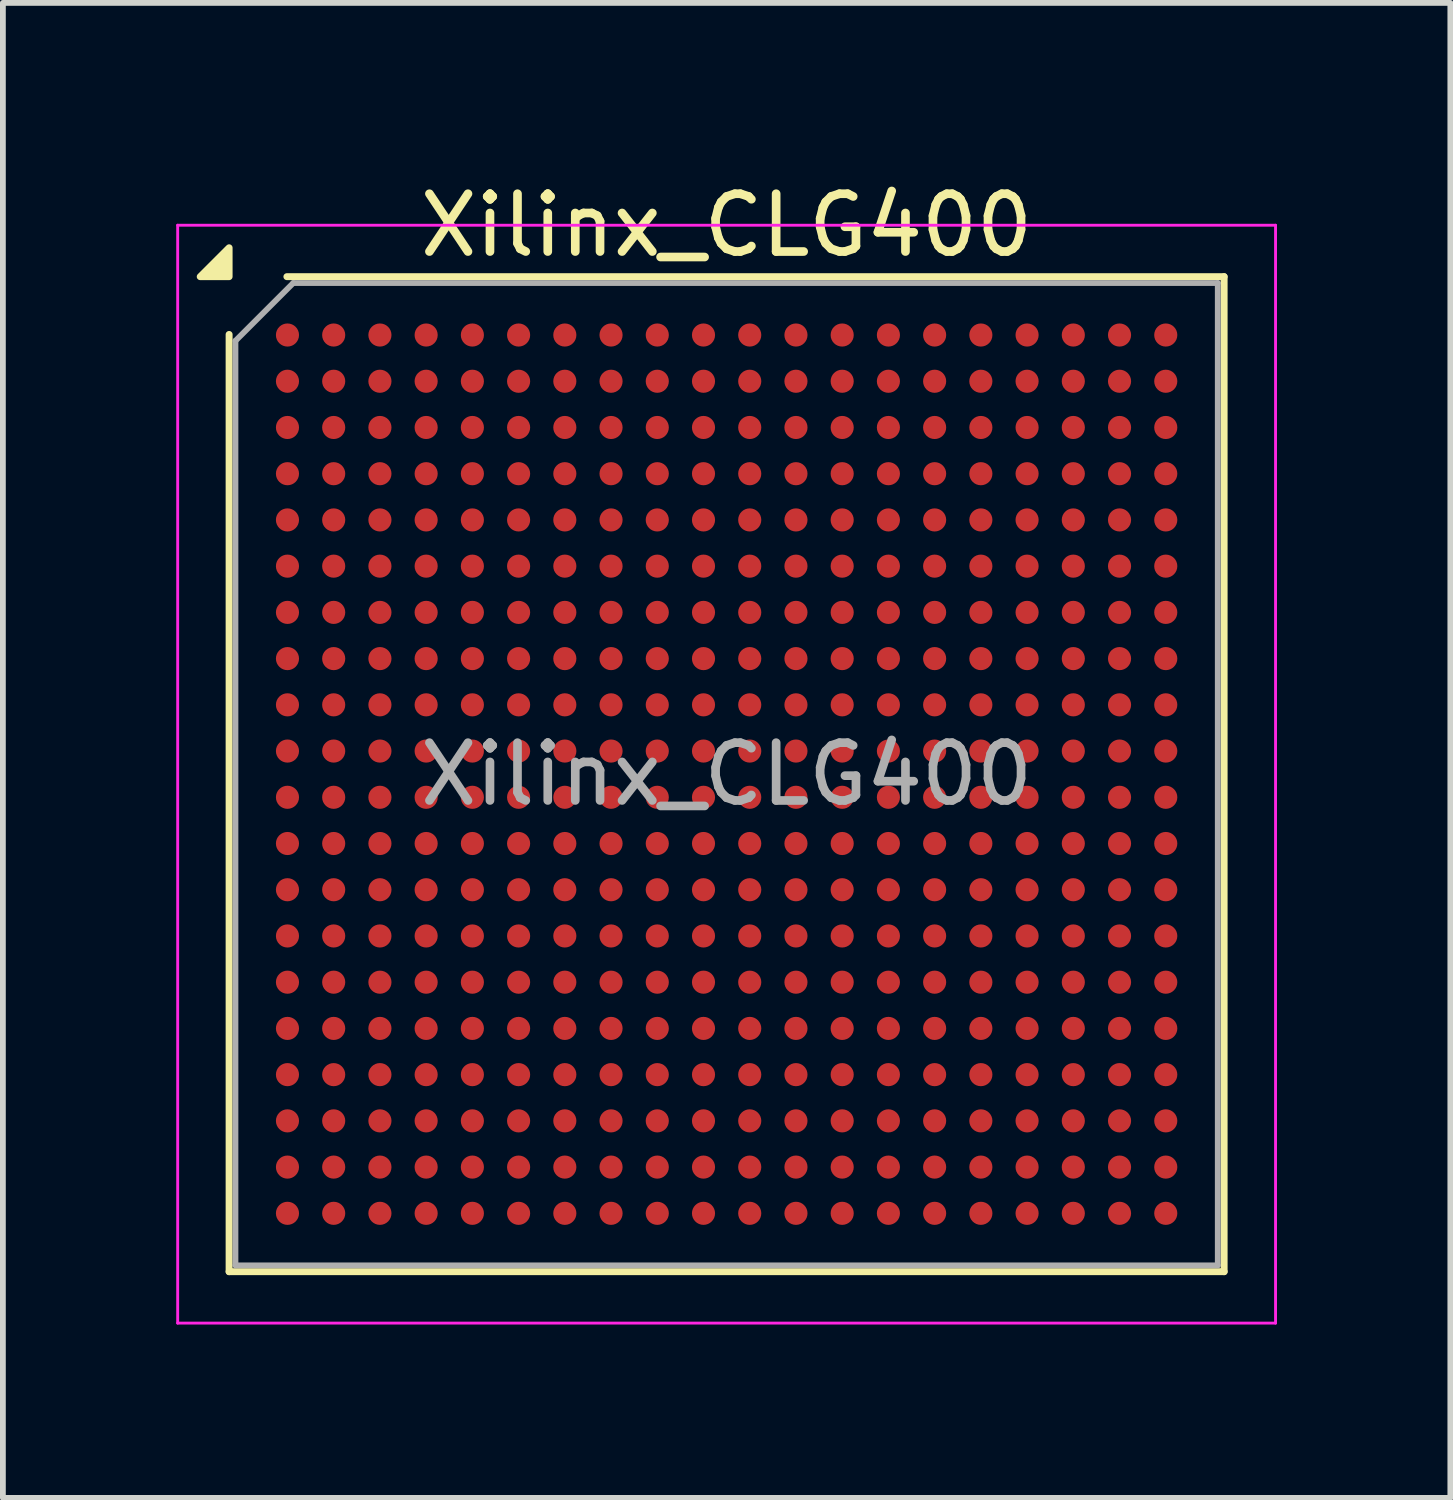
<source format=kicad_pcb>
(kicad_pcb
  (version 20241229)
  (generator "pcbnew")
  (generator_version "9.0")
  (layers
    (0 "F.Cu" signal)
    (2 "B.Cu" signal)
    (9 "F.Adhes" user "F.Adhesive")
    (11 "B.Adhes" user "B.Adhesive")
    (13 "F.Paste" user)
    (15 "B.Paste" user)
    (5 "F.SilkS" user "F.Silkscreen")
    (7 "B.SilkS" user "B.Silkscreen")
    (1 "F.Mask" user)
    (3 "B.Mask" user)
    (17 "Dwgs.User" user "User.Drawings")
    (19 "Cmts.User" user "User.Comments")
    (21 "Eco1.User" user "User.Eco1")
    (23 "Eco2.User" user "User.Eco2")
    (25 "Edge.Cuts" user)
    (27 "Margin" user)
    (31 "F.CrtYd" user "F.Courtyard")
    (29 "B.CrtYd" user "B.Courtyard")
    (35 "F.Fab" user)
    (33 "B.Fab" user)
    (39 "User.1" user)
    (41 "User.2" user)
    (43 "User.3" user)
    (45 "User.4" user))
  (footprint "Xilinx_CLG400"
    (layer "F.Cu")
    (at 9.525 10.348)
    (property "Reference" "Xilinx_CLG400" (at 0 -9.5 0) (layer "F.SilkS") (effects (font (size 1 1) (thickness 0.15))))
    (attr smd)
    (fp_line (start -8.61 8.61) (end -8.61 -7.61) (stroke (width 0.12) (type solid)) (layer "F.SilkS"))
    (fp_line (start -7.61 -8.61) (end 8.61 -8.61) (stroke (width 0.12) (type solid)) (layer "F.SilkS"))
    (fp_line (start 8.61 -8.61) (end 8.61 8.61) (stroke (width 0.12) (type solid)) (layer "F.SilkS"))
    (fp_line (start 8.61 8.61) (end -8.61 8.61) (stroke (width 0.12) (type solid)) (layer "F.SilkS"))
    (fp_poly (pts (xy -8.61 -8.61) (xy -9.11 -8.61) (xy -8.61 -9.11) (xy -8.61 -8.61)) (stroke (width 0.12) (type solid)) (fill yes) (layer "F.SilkS"))
    (fp_line (start -9.5 -9.5) (end -9.5 9.5) (stroke (width 0.05) (type solid)) (layer "F.CrtYd"))
    (fp_line (start -9.5 9.5) (end 9.5 9.5) (stroke (width 0.05) (type solid)) (layer "F.CrtYd"))
    (fp_line (start 9.5 -9.5) (end -9.5 -9.5) (stroke (width 0.05) (type solid)) (layer "F.CrtYd"))
    (fp_line (start 9.5 9.5) (end 9.5 -9.5) (stroke (width 0.05) (type solid)) (layer "F.CrtYd"))
    (fp_line (start -8.5 -7.5) (end -7.5 -8.5) (stroke (width 0.1) (type solid)) (layer "F.Fab"))
    (fp_line (start -8.5 8.5) (end -8.5 -7.5) (stroke (width 0.1) (type solid)) (layer "F.Fab"))
    (fp_line (start -7.5 -8.5) (end 8.5 -8.5) (stroke (width 0.1) (type solid)) (layer "F.Fab"))
    (fp_line (start 8.5 -8.5) (end 8.5 8.5) (stroke (width 0.1) (type solid)) (layer "F.Fab"))
    (fp_line (start 8.5 8.5) (end -8.5 8.5) (stroke (width 0.1) (type solid)) (layer "F.Fab"))
    (fp_text user "${REFERENCE}" (at 0 0 0) (layer "F.Fab") (effects (font (size 1 1) (thickness 0.15))))
    (pad "A1" smd circle (at -7.6 -7.6) (size 0.4 0.4) (property pad_prop_bga) (layers "F.Cu" "F.Mask" "F.Paste"))
    (pad "A2" smd circle (at -6.8 -7.6) (size 0.4 0.4) (property pad_prop_bga) (layers "F.Cu" "F.Mask" "F.Paste"))
    (pad "A3" smd circle (at -6 -7.6) (size 0.4 0.4) (property pad_prop_bga) (layers "F.Cu" "F.Mask" "F.Paste"))
    (pad "A4" smd circle (at -5.2 -7.6) (size 0.4 0.4) (property pad_prop_bga) (layers "F.Cu" "F.Mask" "F.Paste"))
    (pad "A5" smd circle (at -4.4 -7.6) (size 0.4 0.4) (property pad_prop_bga) (layers "F.Cu" "F.Mask" "F.Paste"))
    (pad "A6" smd circle (at -3.6 -7.6) (size 0.4 0.4) (property pad_prop_bga) (layers "F.Cu" "F.Mask" "F.Paste"))
    (pad "A7" smd circle (at -2.8 -7.6) (size 0.4 0.4) (property pad_prop_bga) (layers "F.Cu" "F.Mask" "F.Paste"))
    (pad "A8" smd circle (at -2 -7.6) (size 0.4 0.4) (property pad_prop_bga) (layers "F.Cu" "F.Mask" "F.Paste"))
    (pad "A9" smd circle (at -1.2 -7.6) (size 0.4 0.4) (property pad_prop_bga) (layers "F.Cu" "F.Mask" "F.Paste"))
    (pad "A10" smd circle (at -0.4 -7.6) (size 0.4 0.4) (property pad_prop_bga) (layers "F.Cu" "F.Mask" "F.Paste"))
    (pad "A11" smd circle (at 0.4 -7.6) (size 0.4 0.4) (property pad_prop_bga) (layers "F.Cu" "F.Mask" "F.Paste"))
    (pad "A12" smd circle (at 1.2 -7.6) (size 0.4 0.4) (property pad_prop_bga) (layers "F.Cu" "F.Mask" "F.Paste"))
    (pad "A13" smd circle (at 2 -7.6) (size 0.4 0.4) (property pad_prop_bga) (layers "F.Cu" "F.Mask" "F.Paste"))
    (pad "A14" smd circle (at 2.8 -7.6) (size 0.4 0.4) (property pad_prop_bga) (layers "F.Cu" "F.Mask" "F.Paste"))
    (pad "A15" smd circle (at 3.6 -7.6) (size 0.4 0.4) (property pad_prop_bga) (layers "F.Cu" "F.Mask" "F.Paste"))
    (pad "A16" smd circle (at 4.4 -7.6) (size 0.4 0.4) (property pad_prop_bga) (layers "F.Cu" "F.Mask" "F.Paste"))
    (pad "A17" smd circle (at 5.2 -7.6) (size 0.4 0.4) (property pad_prop_bga) (layers "F.Cu" "F.Mask" "F.Paste"))
    (pad "A18" smd circle (at 6 -7.6) (size 0.4 0.4) (property pad_prop_bga) (layers "F.Cu" "F.Mask" "F.Paste"))
    (pad "A19" smd circle (at 6.8 -7.6) (size 0.4 0.4) (property pad_prop_bga) (layers "F.Cu" "F.Mask" "F.Paste"))
    (pad "A20" smd circle (at 7.6 -7.6) (size 0.4 0.4) (property pad_prop_bga) (layers "F.Cu" "F.Mask" "F.Paste"))
    (pad "B1" smd circle (at -7.6 -6.8) (size 0.4 0.4) (property pad_prop_bga) (layers "F.Cu" "F.Mask" "F.Paste"))
    (pad "B2" smd circle (at -6.8 -6.8) (size 0.4 0.4) (property pad_prop_bga) (layers "F.Cu" "F.Mask" "F.Paste"))
    (pad "B3" smd circle (at -6 -6.8) (size 0.4 0.4) (property pad_prop_bga) (layers "F.Cu" "F.Mask" "F.Paste"))
    (pad "B4" smd circle (at -5.2 -6.8) (size 0.4 0.4) (property pad_prop_bga) (layers "F.Cu" "F.Mask" "F.Paste"))
    (pad "B5" smd circle (at -4.4 -6.8) (size 0.4 0.4) (property pad_prop_bga) (layers "F.Cu" "F.Mask" "F.Paste"))
    (pad "B6" smd circle (at -3.6 -6.8) (size 0.4 0.4) (property pad_prop_bga) (layers "F.Cu" "F.Mask" "F.Paste"))
    (pad "B7" smd circle (at -2.8 -6.8) (size 0.4 0.4) (property pad_prop_bga) (layers "F.Cu" "F.Mask" "F.Paste"))
    (pad "B8" smd circle (at -2 -6.8) (size 0.4 0.4) (property pad_prop_bga) (layers "F.Cu" "F.Mask" "F.Paste"))
    (pad "B9" smd circle (at -1.2 -6.8) (size 0.4 0.4) (property pad_prop_bga) (layers "F.Cu" "F.Mask" "F.Paste"))
    (pad "B10" smd circle (at -0.4 -6.8) (size 0.4 0.4) (property pad_prop_bga) (layers "F.Cu" "F.Mask" "F.Paste"))
    (pad "B11" smd circle (at 0.4 -6.8) (size 0.4 0.4) (property pad_prop_bga) (layers "F.Cu" "F.Mask" "F.Paste"))
    (pad "B12" smd circle (at 1.2 -6.8) (size 0.4 0.4) (property pad_prop_bga) (layers "F.Cu" "F.Mask" "F.Paste"))
    (pad "B13" smd circle (at 2 -6.8) (size 0.4 0.4) (property pad_prop_bga) (layers "F.Cu" "F.Mask" "F.Paste"))
    (pad "B14" smd circle (at 2.8 -6.8) (size 0.4 0.4) (property pad_prop_bga) (layers "F.Cu" "F.Mask" "F.Paste"))
    (pad "B15" smd circle (at 3.6 -6.8) (size 0.4 0.4) (property pad_prop_bga) (layers "F.Cu" "F.Mask" "F.Paste"))
    (pad "B16" smd circle (at 4.4 -6.8) (size 0.4 0.4) (property pad_prop_bga) (layers "F.Cu" "F.Mask" "F.Paste"))
    (pad "B17" smd circle (at 5.2 -6.8) (size 0.4 0.4) (property pad_prop_bga) (layers "F.Cu" "F.Mask" "F.Paste"))
    (pad "B18" smd circle (at 6 -6.8) (size 0.4 0.4) (property pad_prop_bga) (layers "F.Cu" "F.Mask" "F.Paste"))
    (pad "B19" smd circle (at 6.8 -6.8) (size 0.4 0.4) (property pad_prop_bga) (layers "F.Cu" "F.Mask" "F.Paste"))
    (pad "B20" smd circle (at 7.6 -6.8) (size 0.4 0.4) (property pad_prop_bga) (layers "F.Cu" "F.Mask" "F.Paste"))
    (pad "C1" smd circle (at -7.6 -6) (size 0.4 0.4) (property pad_prop_bga) (layers "F.Cu" "F.Mask" "F.Paste"))
    (pad "C2" smd circle (at -6.8 -6) (size 0.4 0.4) (property pad_prop_bga) (layers "F.Cu" "F.Mask" "F.Paste"))
    (pad "C3" smd circle (at -6 -6) (size 0.4 0.4) (property pad_prop_bga) (layers "F.Cu" "F.Mask" "F.Paste"))
    (pad "C4" smd circle (at -5.2 -6) (size 0.4 0.4) (property pad_prop_bga) (layers "F.Cu" "F.Mask" "F.Paste"))
    (pad "C5" smd circle (at -4.4 -6) (size 0.4 0.4) (property pad_prop_bga) (layers "F.Cu" "F.Mask" "F.Paste"))
    (pad "C6" smd circle (at -3.6 -6) (size 0.4 0.4) (property pad_prop_bga) (layers "F.Cu" "F.Mask" "F.Paste"))
    (pad "C7" smd circle (at -2.8 -6) (size 0.4 0.4) (property pad_prop_bga) (layers "F.Cu" "F.Mask" "F.Paste"))
    (pad "C8" smd circle (at -2 -6) (size 0.4 0.4) (property pad_prop_bga) (layers "F.Cu" "F.Mask" "F.Paste"))
    (pad "C9" smd circle (at -1.2 -6) (size 0.4 0.4) (property pad_prop_bga) (layers "F.Cu" "F.Mask" "F.Paste"))
    (pad "C10" smd circle (at -0.4 -6) (size 0.4 0.4) (property pad_prop_bga) (layers "F.Cu" "F.Mask" "F.Paste"))
    (pad "C11" smd circle (at 0.4 -6) (size 0.4 0.4) (property pad_prop_bga) (layers "F.Cu" "F.Mask" "F.Paste"))
    (pad "C12" smd circle (at 1.2 -6) (size 0.4 0.4) (property pad_prop_bga) (layers "F.Cu" "F.Mask" "F.Paste"))
    (pad "C13" smd circle (at 2 -6) (size 0.4 0.4) (property pad_prop_bga) (layers "F.Cu" "F.Mask" "F.Paste"))
    (pad "C14" smd circle (at 2.8 -6) (size 0.4 0.4) (property pad_prop_bga) (layers "F.Cu" "F.Mask" "F.Paste"))
    (pad "C15" smd circle (at 3.6 -6) (size 0.4 0.4) (property pad_prop_bga) (layers "F.Cu" "F.Mask" "F.Paste"))
    (pad "C16" smd circle (at 4.4 -6) (size 0.4 0.4) (property pad_prop_bga) (layers "F.Cu" "F.Mask" "F.Paste"))
    (pad "C17" smd circle (at 5.2 -6) (size 0.4 0.4) (property pad_prop_bga) (layers "F.Cu" "F.Mask" "F.Paste"))
    (pad "C18" smd circle (at 6 -6) (size 0.4 0.4) (property pad_prop_bga) (layers "F.Cu" "F.Mask" "F.Paste"))
    (pad "C19" smd circle (at 6.8 -6) (size 0.4 0.4) (property pad_prop_bga) (layers "F.Cu" "F.Mask" "F.Paste"))
    (pad "C20" smd circle (at 7.6 -6) (size 0.4 0.4) (property pad_prop_bga) (layers "F.Cu" "F.Mask" "F.Paste"))
    (pad "D1" smd circle (at -7.6 -5.2) (size 0.4 0.4) (property pad_prop_bga) (layers "F.Cu" "F.Mask" "F.Paste"))
    (pad "D2" smd circle (at -6.8 -5.2) (size 0.4 0.4) (property pad_prop_bga) (layers "F.Cu" "F.Mask" "F.Paste"))
    (pad "D3" smd circle (at -6 -5.2) (size 0.4 0.4) (property pad_prop_bga) (layers "F.Cu" "F.Mask" "F.Paste"))
    (pad "D4" smd circle (at -5.2 -5.2) (size 0.4 0.4) (property pad_prop_bga) (layers "F.Cu" "F.Mask" "F.Paste"))
    (pad "D5" smd circle (at -4.4 -5.2) (size 0.4 0.4) (property pad_prop_bga) (layers "F.Cu" "F.Mask" "F.Paste"))
    (pad "D6" smd circle (at -3.6 -5.2) (size 0.4 0.4) (property pad_prop_bga) (layers "F.Cu" "F.Mask" "F.Paste"))
    (pad "D7" smd circle (at -2.8 -5.2) (size 0.4 0.4) (property pad_prop_bga) (layers "F.Cu" "F.Mask" "F.Paste"))
    (pad "D8" smd circle (at -2 -5.2) (size 0.4 0.4) (property pad_prop_bga) (layers "F.Cu" "F.Mask" "F.Paste"))
    (pad "D9" smd circle (at -1.2 -5.2) (size 0.4 0.4) (property pad_prop_bga) (layers "F.Cu" "F.Mask" "F.Paste"))
    (pad "D10" smd circle (at -0.4 -5.2) (size 0.4 0.4) (property pad_prop_bga) (layers "F.Cu" "F.Mask" "F.Paste"))
    (pad "D11" smd circle (at 0.4 -5.2) (size 0.4 0.4) (property pad_prop_bga) (layers "F.Cu" "F.Mask" "F.Paste"))
    (pad "D12" smd circle (at 1.2 -5.2) (size 0.4 0.4) (property pad_prop_bga) (layers "F.Cu" "F.Mask" "F.Paste"))
    (pad "D13" smd circle (at 2 -5.2) (size 0.4 0.4) (property pad_prop_bga) (layers "F.Cu" "F.Mask" "F.Paste"))
    (pad "D14" smd circle (at 2.8 -5.2) (size 0.4 0.4) (property pad_prop_bga) (layers "F.Cu" "F.Mask" "F.Paste"))
    (pad "D15" smd circle (at 3.6 -5.2) (size 0.4 0.4) (property pad_prop_bga) (layers "F.Cu" "F.Mask" "F.Paste"))
    (pad "D16" smd circle (at 4.4 -5.2) (size 0.4 0.4) (property pad_prop_bga) (layers "F.Cu" "F.Mask" "F.Paste"))
    (pad "D17" smd circle (at 5.2 -5.2) (size 0.4 0.4) (property pad_prop_bga) (layers "F.Cu" "F.Mask" "F.Paste"))
    (pad "D18" smd circle (at 6 -5.2) (size 0.4 0.4) (property pad_prop_bga) (layers "F.Cu" "F.Mask" "F.Paste"))
    (pad "D19" smd circle (at 6.8 -5.2) (size 0.4 0.4) (property pad_prop_bga) (layers "F.Cu" "F.Mask" "F.Paste"))
    (pad "D20" smd circle (at 7.6 -5.2) (size 0.4 0.4) (property pad_prop_bga) (layers "F.Cu" "F.Mask" "F.Paste"))
    (pad "E1" smd circle (at -7.6 -4.4) (size 0.4 0.4) (property pad_prop_bga) (layers "F.Cu" "F.Mask" "F.Paste"))
    (pad "E2" smd circle (at -6.8 -4.4) (size 0.4 0.4) (property pad_prop_bga) (layers "F.Cu" "F.Mask" "F.Paste"))
    (pad "E3" smd circle (at -6 -4.4) (size 0.4 0.4) (property pad_prop_bga) (layers "F.Cu" "F.Mask" "F.Paste"))
    (pad "E4" smd circle (at -5.2 -4.4) (size 0.4 0.4) (property pad_prop_bga) (layers "F.Cu" "F.Mask" "F.Paste"))
    (pad "E5" smd circle (at -4.4 -4.4) (size 0.4 0.4) (property pad_prop_bga) (layers "F.Cu" "F.Mask" "F.Paste"))
    (pad "E6" smd circle (at -3.6 -4.4) (size 0.4 0.4) (property pad_prop_bga) (layers "F.Cu" "F.Mask" "F.Paste"))
    (pad "E7" smd circle (at -2.8 -4.4) (size 0.4 0.4) (property pad_prop_bga) (layers "F.Cu" "F.Mask" "F.Paste"))
    (pad "E8" smd circle (at -2 -4.4) (size 0.4 0.4) (property pad_prop_bga) (layers "F.Cu" "F.Mask" "F.Paste"))
    (pad "E9" smd circle (at -1.2 -4.4) (size 0.4 0.4) (property pad_prop_bga) (layers "F.Cu" "F.Mask" "F.Paste"))
    (pad "E10" smd circle (at -0.4 -4.4) (size 0.4 0.4) (property pad_prop_bga) (layers "F.Cu" "F.Mask" "F.Paste"))
    (pad "E11" smd circle (at 0.4 -4.4) (size 0.4 0.4) (property pad_prop_bga) (layers "F.Cu" "F.Mask" "F.Paste"))
    (pad "E12" smd circle (at 1.2 -4.4) (size 0.4 0.4) (property pad_prop_bga) (layers "F.Cu" "F.Mask" "F.Paste"))
    (pad "E13" smd circle (at 2 -4.4) (size 0.4 0.4) (property pad_prop_bga) (layers "F.Cu" "F.Mask" "F.Paste"))
    (pad "E14" smd circle (at 2.8 -4.4) (size 0.4 0.4) (property pad_prop_bga) (layers "F.Cu" "F.Mask" "F.Paste"))
    (pad "E15" smd circle (at 3.6 -4.4) (size 0.4 0.4) (property pad_prop_bga) (layers "F.Cu" "F.Mask" "F.Paste"))
    (pad "E16" smd circle (at 4.4 -4.4) (size 0.4 0.4) (property pad_prop_bga) (layers "F.Cu" "F.Mask" "F.Paste"))
    (pad "E17" smd circle (at 5.2 -4.4) (size 0.4 0.4) (property pad_prop_bga) (layers "F.Cu" "F.Mask" "F.Paste"))
    (pad "E18" smd circle (at 6 -4.4) (size 0.4 0.4) (property pad_prop_bga) (layers "F.Cu" "F.Mask" "F.Paste"))
    (pad "E19" smd circle (at 6.8 -4.4) (size 0.4 0.4) (property pad_prop_bga) (layers "F.Cu" "F.Mask" "F.Paste"))
    (pad "E20" smd circle (at 7.6 -4.4) (size 0.4 0.4) (property pad_prop_bga) (layers "F.Cu" "F.Mask" "F.Paste"))
    (pad "F1" smd circle (at -7.6 -3.6) (size 0.4 0.4) (property pad_prop_bga) (layers "F.Cu" "F.Mask" "F.Paste"))
    (pad "F2" smd circle (at -6.8 -3.6) (size 0.4 0.4) (property pad_prop_bga) (layers "F.Cu" "F.Mask" "F.Paste"))
    (pad "F3" smd circle (at -6 -3.6) (size 0.4 0.4) (property pad_prop_bga) (layers "F.Cu" "F.Mask" "F.Paste"))
    (pad "F4" smd circle (at -5.2 -3.6) (size 0.4 0.4) (property pad_prop_bga) (layers "F.Cu" "F.Mask" "F.Paste"))
    (pad "F5" smd circle (at -4.4 -3.6) (size 0.4 0.4) (property pad_prop_bga) (layers "F.Cu" "F.Mask" "F.Paste"))
    (pad "F6" smd circle (at -3.6 -3.6) (size 0.4 0.4) (property pad_prop_bga) (layers "F.Cu" "F.Mask" "F.Paste"))
    (pad "F7" smd circle (at -2.8 -3.6) (size 0.4 0.4) (property pad_prop_bga) (layers "F.Cu" "F.Mask" "F.Paste"))
    (pad "F8" smd circle (at -2 -3.6) (size 0.4 0.4) (property pad_prop_bga) (layers "F.Cu" "F.Mask" "F.Paste"))
    (pad "F9" smd circle (at -1.2 -3.6) (size 0.4 0.4) (property pad_prop_bga) (layers "F.Cu" "F.Mask" "F.Paste"))
    (pad "F10" smd circle (at -0.4 -3.6) (size 0.4 0.4) (property pad_prop_bga) (layers "F.Cu" "F.Mask" "F.Paste"))
    (pad "F11" smd circle (at 0.4 -3.6) (size 0.4 0.4) (property pad_prop_bga) (layers "F.Cu" "F.Mask" "F.Paste"))
    (pad "F12" smd circle (at 1.2 -3.6) (size 0.4 0.4) (property pad_prop_bga) (layers "F.Cu" "F.Mask" "F.Paste"))
    (pad "F13" smd circle (at 2 -3.6) (size 0.4 0.4) (property pad_prop_bga) (layers "F.Cu" "F.Mask" "F.Paste"))
    (pad "F14" smd circle (at 2.8 -3.6) (size 0.4 0.4) (property pad_prop_bga) (layers "F.Cu" "F.Mask" "F.Paste"))
    (pad "F15" smd circle (at 3.6 -3.6) (size 0.4 0.4) (property pad_prop_bga) (layers "F.Cu" "F.Mask" "F.Paste"))
    (pad "F16" smd circle (at 4.4 -3.6) (size 0.4 0.4) (property pad_prop_bga) (layers "F.Cu" "F.Mask" "F.Paste"))
    (pad "F17" smd circle (at 5.2 -3.6) (size 0.4 0.4) (property pad_prop_bga) (layers "F.Cu" "F.Mask" "F.Paste"))
    (pad "F18" smd circle (at 6 -3.6) (size 0.4 0.4) (property pad_prop_bga) (layers "F.Cu" "F.Mask" "F.Paste"))
    (pad "F19" smd circle (at 6.8 -3.6) (size 0.4 0.4) (property pad_prop_bga) (layers "F.Cu" "F.Mask" "F.Paste"))
    (pad "F20" smd circle (at 7.6 -3.6) (size 0.4 0.4) (property pad_prop_bga) (layers "F.Cu" "F.Mask" "F.Paste"))
    (pad "G1" smd circle (at -7.6 -2.8) (size 0.4 0.4) (property pad_prop_bga) (layers "F.Cu" "F.Mask" "F.Paste"))
    (pad "G2" smd circle (at -6.8 -2.8) (size 0.4 0.4) (property pad_prop_bga) (layers "F.Cu" "F.Mask" "F.Paste"))
    (pad "G3" smd circle (at -6 -2.8) (size 0.4 0.4) (property pad_prop_bga) (layers "F.Cu" "F.Mask" "F.Paste"))
    (pad "G4" smd circle (at -5.2 -2.8) (size 0.4 0.4) (property pad_prop_bga) (layers "F.Cu" "F.Mask" "F.Paste"))
    (pad "G5" smd circle (at -4.4 -2.8) (size 0.4 0.4) (property pad_prop_bga) (layers "F.Cu" "F.Mask" "F.Paste"))
    (pad "G6" smd circle (at -3.6 -2.8) (size 0.4 0.4) (property pad_prop_bga) (layers "F.Cu" "F.Mask" "F.Paste"))
    (pad "G7" smd circle (at -2.8 -2.8) (size 0.4 0.4) (property pad_prop_bga) (layers "F.Cu" "F.Mask" "F.Paste"))
    (pad "G8" smd circle (at -2 -2.8) (size 0.4 0.4) (property pad_prop_bga) (layers "F.Cu" "F.Mask" "F.Paste"))
    (pad "G9" smd circle (at -1.2 -2.8) (size 0.4 0.4) (property pad_prop_bga) (layers "F.Cu" "F.Mask" "F.Paste"))
    (pad "G10" smd circle (at -0.4 -2.8) (size 0.4 0.4) (property pad_prop_bga) (layers "F.Cu" "F.Mask" "F.Paste"))
    (pad "G11" smd circle (at 0.4 -2.8) (size 0.4 0.4) (property pad_prop_bga) (layers "F.Cu" "F.Mask" "F.Paste"))
    (pad "G12" smd circle (at 1.2 -2.8) (size 0.4 0.4) (property pad_prop_bga) (layers "F.Cu" "F.Mask" "F.Paste"))
    (pad "G13" smd circle (at 2 -2.8) (size 0.4 0.4) (property pad_prop_bga) (layers "F.Cu" "F.Mask" "F.Paste"))
    (pad "G14" smd circle (at 2.8 -2.8) (size 0.4 0.4) (property pad_prop_bga) (layers "F.Cu" "F.Mask" "F.Paste"))
    (pad "G15" smd circle (at 3.6 -2.8) (size 0.4 0.4) (property pad_prop_bga) (layers "F.Cu" "F.Mask" "F.Paste"))
    (pad "G16" smd circle (at 4.4 -2.8) (size 0.4 0.4) (property pad_prop_bga) (layers "F.Cu" "F.Mask" "F.Paste"))
    (pad "G17" smd circle (at 5.2 -2.8) (size 0.4 0.4) (property pad_prop_bga) (layers "F.Cu" "F.Mask" "F.Paste"))
    (pad "G18" smd circle (at 6 -2.8) (size 0.4 0.4) (property pad_prop_bga) (layers "F.Cu" "F.Mask" "F.Paste"))
    (pad "G19" smd circle (at 6.8 -2.8) (size 0.4 0.4) (property pad_prop_bga) (layers "F.Cu" "F.Mask" "F.Paste"))
    (pad "G20" smd circle (at 7.6 -2.8) (size 0.4 0.4) (property pad_prop_bga) (layers "F.Cu" "F.Mask" "F.Paste"))
    (pad "H1" smd circle (at -7.6 -2) (size 0.4 0.4) (property pad_prop_bga) (layers "F.Cu" "F.Mask" "F.Paste"))
    (pad "H2" smd circle (at -6.8 -2) (size 0.4 0.4) (property pad_prop_bga) (layers "F.Cu" "F.Mask" "F.Paste"))
    (pad "H3" smd circle (at -6 -2) (size 0.4 0.4) (property pad_prop_bga) (layers "F.Cu" "F.Mask" "F.Paste"))
    (pad "H4" smd circle (at -5.2 -2) (size 0.4 0.4) (property pad_prop_bga) (layers "F.Cu" "F.Mask" "F.Paste"))
    (pad "H5" smd circle (at -4.4 -2) (size 0.4 0.4) (property pad_prop_bga) (layers "F.Cu" "F.Mask" "F.Paste"))
    (pad "H6" smd circle (at -3.6 -2) (size 0.4 0.4) (property pad_prop_bga) (layers "F.Cu" "F.Mask" "F.Paste"))
    (pad "H7" smd circle (at -2.8 -2) (size 0.4 0.4) (property pad_prop_bga) (layers "F.Cu" "F.Mask" "F.Paste"))
    (pad "H8" smd circle (at -2 -2) (size 0.4 0.4) (property pad_prop_bga) (layers "F.Cu" "F.Mask" "F.Paste"))
    (pad "H9" smd circle (at -1.2 -2) (size 0.4 0.4) (property pad_prop_bga) (layers "F.Cu" "F.Mask" "F.Paste"))
    (pad "H10" smd circle (at -0.4 -2) (size 0.4 0.4) (property pad_prop_bga) (layers "F.Cu" "F.Mask" "F.Paste"))
    (pad "H11" smd circle (at 0.4 -2) (size 0.4 0.4) (property pad_prop_bga) (layers "F.Cu" "F.Mask" "F.Paste"))
    (pad "H12" smd circle (at 1.2 -2) (size 0.4 0.4) (property pad_prop_bga) (layers "F.Cu" "F.Mask" "F.Paste"))
    (pad "H13" smd circle (at 2 -2) (size 0.4 0.4) (property pad_prop_bga) (layers "F.Cu" "F.Mask" "F.Paste"))
    (pad "H14" smd circle (at 2.8 -2) (size 0.4 0.4) (property pad_prop_bga) (layers "F.Cu" "F.Mask" "F.Paste"))
    (pad "H15" smd circle (at 3.6 -2) (size 0.4 0.4) (property pad_prop_bga) (layers "F.Cu" "F.Mask" "F.Paste"))
    (pad "H16" smd circle (at 4.4 -2) (size 0.4 0.4) (property pad_prop_bga) (layers "F.Cu" "F.Mask" "F.Paste"))
    (pad "H17" smd circle (at 5.2 -2) (size 0.4 0.4) (property pad_prop_bga) (layers "F.Cu" "F.Mask" "F.Paste"))
    (pad "H18" smd circle (at 6 -2) (size 0.4 0.4) (property pad_prop_bga) (layers "F.Cu" "F.Mask" "F.Paste"))
    (pad "H19" smd circle (at 6.8 -2) (size 0.4 0.4) (property pad_prop_bga) (layers "F.Cu" "F.Mask" "F.Paste"))
    (pad "H20" smd circle (at 7.6 -2) (size 0.4 0.4) (property pad_prop_bga) (layers "F.Cu" "F.Mask" "F.Paste"))
    (pad "J1" smd circle (at -7.6 -1.2) (size 0.4 0.4) (property pad_prop_bga) (layers "F.Cu" "F.Mask" "F.Paste"))
    (pad "J2" smd circle (at -6.8 -1.2) (size 0.4 0.4) (property pad_prop_bga) (layers "F.Cu" "F.Mask" "F.Paste"))
    (pad "J3" smd circle (at -6 -1.2) (size 0.4 0.4) (property pad_prop_bga) (layers "F.Cu" "F.Mask" "F.Paste"))
    (pad "J4" smd circle (at -5.2 -1.2) (size 0.4 0.4) (property pad_prop_bga) (layers "F.Cu" "F.Mask" "F.Paste"))
    (pad "J5" smd circle (at -4.4 -1.2) (size 0.4 0.4) (property pad_prop_bga) (layers "F.Cu" "F.Mask" "F.Paste"))
    (pad "J6" smd circle (at -3.6 -1.2) (size 0.4 0.4) (property pad_prop_bga) (layers "F.Cu" "F.Mask" "F.Paste"))
    (pad "J7" smd circle (at -2.8 -1.2) (size 0.4 0.4) (property pad_prop_bga) (layers "F.Cu" "F.Mask" "F.Paste"))
    (pad "J8" smd circle (at -2 -1.2) (size 0.4 0.4) (property pad_prop_bga) (layers "F.Cu" "F.Mask" "F.Paste"))
    (pad "J9" smd circle (at -1.2 -1.2) (size 0.4 0.4) (property pad_prop_bga) (layers "F.Cu" "F.Mask" "F.Paste"))
    (pad "J10" smd circle (at -0.4 -1.2) (size 0.4 0.4) (property pad_prop_bga) (layers "F.Cu" "F.Mask" "F.Paste"))
    (pad "J11" smd circle (at 0.4 -1.2) (size 0.4 0.4) (property pad_prop_bga) (layers "F.Cu" "F.Mask" "F.Paste"))
    (pad "J12" smd circle (at 1.2 -1.2) (size 0.4 0.4) (property pad_prop_bga) (layers "F.Cu" "F.Mask" "F.Paste"))
    (pad "J13" smd circle (at 2 -1.2) (size 0.4 0.4) (property pad_prop_bga) (layers "F.Cu" "F.Mask" "F.Paste"))
    (pad "J14" smd circle (at 2.8 -1.2) (size 0.4 0.4) (property pad_prop_bga) (layers "F.Cu" "F.Mask" "F.Paste"))
    (pad "J15" smd circle (at 3.6 -1.2) (size 0.4 0.4) (property pad_prop_bga) (layers "F.Cu" "F.Mask" "F.Paste"))
    (pad "J16" smd circle (at 4.4 -1.2) (size 0.4 0.4) (property pad_prop_bga) (layers "F.Cu" "F.Mask" "F.Paste"))
    (pad "J17" smd circle (at 5.2 -1.2) (size 0.4 0.4) (property pad_prop_bga) (layers "F.Cu" "F.Mask" "F.Paste"))
    (pad "J18" smd circle (at 6 -1.2) (size 0.4 0.4) (property pad_prop_bga) (layers "F.Cu" "F.Mask" "F.Paste"))
    (pad "J19" smd circle (at 6.8 -1.2) (size 0.4 0.4) (property pad_prop_bga) (layers "F.Cu" "F.Mask" "F.Paste"))
    (pad "J20" smd circle (at 7.6 -1.2) (size 0.4 0.4) (property pad_prop_bga) (layers "F.Cu" "F.Mask" "F.Paste"))
    (pad "K1" smd circle (at -7.6 -0.4) (size 0.4 0.4) (property pad_prop_bga) (layers "F.Cu" "F.Mask" "F.Paste"))
    (pad "K2" smd circle (at -6.8 -0.4) (size 0.4 0.4) (property pad_prop_bga) (layers "F.Cu" "F.Mask" "F.Paste"))
    (pad "K3" smd circle (at -6 -0.4) (size 0.4 0.4) (property pad_prop_bga) (layers "F.Cu" "F.Mask" "F.Paste"))
    (pad "K4" smd circle (at -5.2 -0.4) (size 0.4 0.4) (property pad_prop_bga) (layers "F.Cu" "F.Mask" "F.Paste"))
    (pad "K5" smd circle (at -4.4 -0.4) (size 0.4 0.4) (property pad_prop_bga) (layers "F.Cu" "F.Mask" "F.Paste"))
    (pad "K6" smd circle (at -3.6 -0.4) (size 0.4 0.4) (property pad_prop_bga) (layers "F.Cu" "F.Mask" "F.Paste"))
    (pad "K7" smd circle (at -2.8 -0.4) (size 0.4 0.4) (property pad_prop_bga) (layers "F.Cu" "F.Mask" "F.Paste"))
    (pad "K8" smd circle (at -2 -0.4) (size 0.4 0.4) (property pad_prop_bga) (layers "F.Cu" "F.Mask" "F.Paste"))
    (pad "K9" smd circle (at -1.2 -0.4) (size 0.4 0.4) (property pad_prop_bga) (layers "F.Cu" "F.Mask" "F.Paste"))
    (pad "K10" smd circle (at -0.4 -0.4) (size 0.4 0.4) (property pad_prop_bga) (layers "F.Cu" "F.Mask" "F.Paste"))
    (pad "K11" smd circle (at 0.4 -0.4) (size 0.4 0.4) (property pad_prop_bga) (layers "F.Cu" "F.Mask" "F.Paste"))
    (pad "K12" smd circle (at 1.2 -0.4) (size 0.4 0.4) (property pad_prop_bga) (layers "F.Cu" "F.Mask" "F.Paste"))
    (pad "K13" smd circle (at 2 -0.4) (size 0.4 0.4) (property pad_prop_bga) (layers "F.Cu" "F.Mask" "F.Paste"))
    (pad "K14" smd circle (at 2.8 -0.4) (size 0.4 0.4) (property pad_prop_bga) (layers "F.Cu" "F.Mask" "F.Paste"))
    (pad "K15" smd circle (at 3.6 -0.4) (size 0.4 0.4) (property pad_prop_bga) (layers "F.Cu" "F.Mask" "F.Paste"))
    (pad "K16" smd circle (at 4.4 -0.4) (size 0.4 0.4) (property pad_prop_bga) (layers "F.Cu" "F.Mask" "F.Paste"))
    (pad "K17" smd circle (at 5.2 -0.4) (size 0.4 0.4) (property pad_prop_bga) (layers "F.Cu" "F.Mask" "F.Paste"))
    (pad "K18" smd circle (at 6 -0.4) (size 0.4 0.4) (property pad_prop_bga) (layers "F.Cu" "F.Mask" "F.Paste"))
    (pad "K19" smd circle (at 6.8 -0.4) (size 0.4 0.4) (property pad_prop_bga) (layers "F.Cu" "F.Mask" "F.Paste"))
    (pad "K20" smd circle (at 7.6 -0.4) (size 0.4 0.4) (property pad_prop_bga) (layers "F.Cu" "F.Mask" "F.Paste"))
    (pad "L1" smd circle (at -7.6 0.4) (size 0.4 0.4) (property pad_prop_bga) (layers "F.Cu" "F.Mask" "F.Paste"))
    (pad "L2" smd circle (at -6.8 0.4) (size 0.4 0.4) (property pad_prop_bga) (layers "F.Cu" "F.Mask" "F.Paste"))
    (pad "L3" smd circle (at -6 0.4) (size 0.4 0.4) (property pad_prop_bga) (layers "F.Cu" "F.Mask" "F.Paste"))
    (pad "L4" smd circle (at -5.2 0.4) (size 0.4 0.4) (property pad_prop_bga) (layers "F.Cu" "F.Mask" "F.Paste"))
    (pad "L5" smd circle (at -4.4 0.4) (size 0.4 0.4) (property pad_prop_bga) (layers "F.Cu" "F.Mask" "F.Paste"))
    (pad "L6" smd circle (at -3.6 0.4) (size 0.4 0.4) (property pad_prop_bga) (layers "F.Cu" "F.Mask" "F.Paste"))
    (pad "L7" smd circle (at -2.8 0.4) (size 0.4 0.4) (property pad_prop_bga) (layers "F.Cu" "F.Mask" "F.Paste"))
    (pad "L8" smd circle (at -2 0.4) (size 0.4 0.4) (property pad_prop_bga) (layers "F.Cu" "F.Mask" "F.Paste"))
    (pad "L9" smd circle (at -1.2 0.4) (size 0.4 0.4) (property pad_prop_bga) (layers "F.Cu" "F.Mask" "F.Paste"))
    (pad "L10" smd circle (at -0.4 0.4) (size 0.4 0.4) (property pad_prop_bga) (layers "F.Cu" "F.Mask" "F.Paste"))
    (pad "L11" smd circle (at 0.4 0.4) (size 0.4 0.4) (property pad_prop_bga) (layers "F.Cu" "F.Mask" "F.Paste"))
    (pad "L12" smd circle (at 1.2 0.4) (size 0.4 0.4) (property pad_prop_bga) (layers "F.Cu" "F.Mask" "F.Paste"))
    (pad "L13" smd circle (at 2 0.4) (size 0.4 0.4) (property pad_prop_bga) (layers "F.Cu" "F.Mask" "F.Paste"))
    (pad "L14" smd circle (at 2.8 0.4) (size 0.4 0.4) (property pad_prop_bga) (layers "F.Cu" "F.Mask" "F.Paste"))
    (pad "L15" smd circle (at 3.6 0.4) (size 0.4 0.4) (property pad_prop_bga) (layers "F.Cu" "F.Mask" "F.Paste"))
    (pad "L16" smd circle (at 4.4 0.4) (size 0.4 0.4) (property pad_prop_bga) (layers "F.Cu" "F.Mask" "F.Paste"))
    (pad "L17" smd circle (at 5.2 0.4) (size 0.4 0.4) (property pad_prop_bga) (layers "F.Cu" "F.Mask" "F.Paste"))
    (pad "L18" smd circle (at 6 0.4) (size 0.4 0.4) (property pad_prop_bga) (layers "F.Cu" "F.Mask" "F.Paste"))
    (pad "L19" smd circle (at 6.8 0.4) (size 0.4 0.4) (property pad_prop_bga) (layers "F.Cu" "F.Mask" "F.Paste"))
    (pad "L20" smd circle (at 7.6 0.4) (size 0.4 0.4) (property pad_prop_bga) (layers "F.Cu" "F.Mask" "F.Paste"))
    (pad "M1" smd circle (at -7.6 1.2) (size 0.4 0.4) (property pad_prop_bga) (layers "F.Cu" "F.Mask" "F.Paste"))
    (pad "M2" smd circle (at -6.8 1.2) (size 0.4 0.4) (property pad_prop_bga) (layers "F.Cu" "F.Mask" "F.Paste"))
    (pad "M3" smd circle (at -6 1.2) (size 0.4 0.4) (property pad_prop_bga) (layers "F.Cu" "F.Mask" "F.Paste"))
    (pad "M4" smd circle (at -5.2 1.2) (size 0.4 0.4) (property pad_prop_bga) (layers "F.Cu" "F.Mask" "F.Paste"))
    (pad "M5" smd circle (at -4.4 1.2) (size 0.4 0.4) (property pad_prop_bga) (layers "F.Cu" "F.Mask" "F.Paste"))
    (pad "M6" smd circle (at -3.6 1.2) (size 0.4 0.4) (property pad_prop_bga) (layers "F.Cu" "F.Mask" "F.Paste"))
    (pad "M7" smd circle (at -2.8 1.2) (size 0.4 0.4) (property pad_prop_bga) (layers "F.Cu" "F.Mask" "F.Paste"))
    (pad "M8" smd circle (at -2 1.2) (size 0.4 0.4) (property pad_prop_bga) (layers "F.Cu" "F.Mask" "F.Paste"))
    (pad "M9" smd circle (at -1.2 1.2) (size 0.4 0.4) (property pad_prop_bga) (layers "F.Cu" "F.Mask" "F.Paste"))
    (pad "M10" smd circle (at -0.4 1.2) (size 0.4 0.4) (property pad_prop_bga) (layers "F.Cu" "F.Mask" "F.Paste"))
    (pad "M11" smd circle (at 0.4 1.2) (size 0.4 0.4) (property pad_prop_bga) (layers "F.Cu" "F.Mask" "F.Paste"))
    (pad "M12" smd circle (at 1.2 1.2) (size 0.4 0.4) (property pad_prop_bga) (layers "F.Cu" "F.Mask" "F.Paste"))
    (pad "M13" smd circle (at 2 1.2) (size 0.4 0.4) (property pad_prop_bga) (layers "F.Cu" "F.Mask" "F.Paste"))
    (pad "M14" smd circle (at 2.8 1.2) (size 0.4 0.4) (property pad_prop_bga) (layers "F.Cu" "F.Mask" "F.Paste"))
    (pad "M15" smd circle (at 3.6 1.2) (size 0.4 0.4) (property pad_prop_bga) (layers "F.Cu" "F.Mask" "F.Paste"))
    (pad "M16" smd circle (at 4.4 1.2) (size 0.4 0.4) (property pad_prop_bga) (layers "F.Cu" "F.Mask" "F.Paste"))
    (pad "M17" smd circle (at 5.2 1.2) (size 0.4 0.4) (property pad_prop_bga) (layers "F.Cu" "F.Mask" "F.Paste"))
    (pad "M18" smd circle (at 6 1.2) (size 0.4 0.4) (property pad_prop_bga) (layers "F.Cu" "F.Mask" "F.Paste"))
    (pad "M19" smd circle (at 6.8 1.2) (size 0.4 0.4) (property pad_prop_bga) (layers "F.Cu" "F.Mask" "F.Paste"))
    (pad "M20" smd circle (at 7.6 1.2) (size 0.4 0.4) (property pad_prop_bga) (layers "F.Cu" "F.Mask" "F.Paste"))
    (pad "N1" smd circle (at -7.6 2) (size 0.4 0.4) (property pad_prop_bga) (layers "F.Cu" "F.Mask" "F.Paste"))
    (pad "N2" smd circle (at -6.8 2) (size 0.4 0.4) (property pad_prop_bga) (layers "F.Cu" "F.Mask" "F.Paste"))
    (pad "N3" smd circle (at -6 2) (size 0.4 0.4) (property pad_prop_bga) (layers "F.Cu" "F.Mask" "F.Paste"))
    (pad "N4" smd circle (at -5.2 2) (size 0.4 0.4) (property pad_prop_bga) (layers "F.Cu" "F.Mask" "F.Paste"))
    (pad "N5" smd circle (at -4.4 2) (size 0.4 0.4) (property pad_prop_bga) (layers "F.Cu" "F.Mask" "F.Paste"))
    (pad "N6" smd circle (at -3.6 2) (size 0.4 0.4) (property pad_prop_bga) (layers "F.Cu" "F.Mask" "F.Paste"))
    (pad "N7" smd circle (at -2.8 2) (size 0.4 0.4) (property pad_prop_bga) (layers "F.Cu" "F.Mask" "F.Paste"))
    (pad "N8" smd circle (at -2 2) (size 0.4 0.4) (property pad_prop_bga) (layers "F.Cu" "F.Mask" "F.Paste"))
    (pad "N9" smd circle (at -1.2 2) (size 0.4 0.4) (property pad_prop_bga) (layers "F.Cu" "F.Mask" "F.Paste"))
    (pad "N10" smd circle (at -0.4 2) (size 0.4 0.4) (property pad_prop_bga) (layers "F.Cu" "F.Mask" "F.Paste"))
    (pad "N11" smd circle (at 0.4 2) (size 0.4 0.4) (property pad_prop_bga) (layers "F.Cu" "F.Mask" "F.Paste"))
    (pad "N12" smd circle (at 1.2 2) (size 0.4 0.4) (property pad_prop_bga) (layers "F.Cu" "F.Mask" "F.Paste"))
    (pad "N13" smd circle (at 2 2) (size 0.4 0.4) (property pad_prop_bga) (layers "F.Cu" "F.Mask" "F.Paste"))
    (pad "N14" smd circle (at 2.8 2) (size 0.4 0.4) (property pad_prop_bga) (layers "F.Cu" "F.Mask" "F.Paste"))
    (pad "N15" smd circle (at 3.6 2) (size 0.4 0.4) (property pad_prop_bga) (layers "F.Cu" "F.Mask" "F.Paste"))
    (pad "N16" smd circle (at 4.4 2) (size 0.4 0.4) (property pad_prop_bga) (layers "F.Cu" "F.Mask" "F.Paste"))
    (pad "N17" smd circle (at 5.2 2) (size 0.4 0.4) (property pad_prop_bga) (layers "F.Cu" "F.Mask" "F.Paste"))
    (pad "N18" smd circle (at 6 2) (size 0.4 0.4) (property pad_prop_bga) (layers "F.Cu" "F.Mask" "F.Paste"))
    (pad "N19" smd circle (at 6.8 2) (size 0.4 0.4) (property pad_prop_bga) (layers "F.Cu" "F.Mask" "F.Paste"))
    (pad "N20" smd circle (at 7.6 2) (size 0.4 0.4) (property pad_prop_bga) (layers "F.Cu" "F.Mask" "F.Paste"))
    (pad "P1" smd circle (at -7.6 2.8) (size 0.4 0.4) (property pad_prop_bga) (layers "F.Cu" "F.Mask" "F.Paste"))
    (pad "P2" smd circle (at -6.8 2.8) (size 0.4 0.4) (property pad_prop_bga) (layers "F.Cu" "F.Mask" "F.Paste"))
    (pad "P3" smd circle (at -6 2.8) (size 0.4 0.4) (property pad_prop_bga) (layers "F.Cu" "F.Mask" "F.Paste"))
    (pad "P4" smd circle (at -5.2 2.8) (size 0.4 0.4) (property pad_prop_bga) (layers "F.Cu" "F.Mask" "F.Paste"))
    (pad "P5" smd circle (at -4.4 2.8) (size 0.4 0.4) (property pad_prop_bga) (layers "F.Cu" "F.Mask" "F.Paste"))
    (pad "P6" smd circle (at -3.6 2.8) (size 0.4 0.4) (property pad_prop_bga) (layers "F.Cu" "F.Mask" "F.Paste"))
    (pad "P7" smd circle (at -2.8 2.8) (size 0.4 0.4) (property pad_prop_bga) (layers "F.Cu" "F.Mask" "F.Paste"))
    (pad "P8" smd circle (at -2 2.8) (size 0.4 0.4) (property pad_prop_bga) (layers "F.Cu" "F.Mask" "F.Paste"))
    (pad "P9" smd circle (at -1.2 2.8) (size 0.4 0.4) (property pad_prop_bga) (layers "F.Cu" "F.Mask" "F.Paste"))
    (pad "P10" smd circle (at -0.4 2.8) (size 0.4 0.4) (property pad_prop_bga) (layers "F.Cu" "F.Mask" "F.Paste"))
    (pad "P11" smd circle (at 0.4 2.8) (size 0.4 0.4) (property pad_prop_bga) (layers "F.Cu" "F.Mask" "F.Paste"))
    (pad "P12" smd circle (at 1.2 2.8) (size 0.4 0.4) (property pad_prop_bga) (layers "F.Cu" "F.Mask" "F.Paste"))
    (pad "P13" smd circle (at 2 2.8) (size 0.4 0.4) (property pad_prop_bga) (layers "F.Cu" "F.Mask" "F.Paste"))
    (pad "P14" smd circle (at 2.8 2.8) (size 0.4 0.4) (property pad_prop_bga) (layers "F.Cu" "F.Mask" "F.Paste"))
    (pad "P15" smd circle (at 3.6 2.8) (size 0.4 0.4) (property pad_prop_bga) (layers "F.Cu" "F.Mask" "F.Paste"))
    (pad "P16" smd circle (at 4.4 2.8) (size 0.4 0.4) (property pad_prop_bga) (layers "F.Cu" "F.Mask" "F.Paste"))
    (pad "P17" smd circle (at 5.2 2.8) (size 0.4 0.4) (property pad_prop_bga) (layers "F.Cu" "F.Mask" "F.Paste"))
    (pad "P18" smd circle (at 6 2.8) (size 0.4 0.4) (property pad_prop_bga) (layers "F.Cu" "F.Mask" "F.Paste"))
    (pad "P19" smd circle (at 6.8 2.8) (size 0.4 0.4) (property pad_prop_bga) (layers "F.Cu" "F.Mask" "F.Paste"))
    (pad "P20" smd circle (at 7.6 2.8) (size 0.4 0.4) (property pad_prop_bga) (layers "F.Cu" "F.Mask" "F.Paste"))
    (pad "R1" smd circle (at -7.6 3.6) (size 0.4 0.4) (property pad_prop_bga) (layers "F.Cu" "F.Mask" "F.Paste"))
    (pad "R2" smd circle (at -6.8 3.6) (size 0.4 0.4) (property pad_prop_bga) (layers "F.Cu" "F.Mask" "F.Paste"))
    (pad "R3" smd circle (at -6 3.6) (size 0.4 0.4) (property pad_prop_bga) (layers "F.Cu" "F.Mask" "F.Paste"))
    (pad "R4" smd circle (at -5.2 3.6) (size 0.4 0.4) (property pad_prop_bga) (layers "F.Cu" "F.Mask" "F.Paste"))
    (pad "R5" smd circle (at -4.4 3.6) (size 0.4 0.4) (property pad_prop_bga) (layers "F.Cu" "F.Mask" "F.Paste"))
    (pad "R6" smd circle (at -3.6 3.6) (size 0.4 0.4) (property pad_prop_bga) (layers "F.Cu" "F.Mask" "F.Paste"))
    (pad "R7" smd circle (at -2.8 3.6) (size 0.4 0.4) (property pad_prop_bga) (layers "F.Cu" "F.Mask" "F.Paste"))
    (pad "R8" smd circle (at -2 3.6) (size 0.4 0.4) (property pad_prop_bga) (layers "F.Cu" "F.Mask" "F.Paste"))
    (pad "R9" smd circle (at -1.2 3.6) (size 0.4 0.4) (property pad_prop_bga) (layers "F.Cu" "F.Mask" "F.Paste"))
    (pad "R10" smd circle (at -0.4 3.6) (size 0.4 0.4) (property pad_prop_bga) (layers "F.Cu" "F.Mask" "F.Paste"))
    (pad "R11" smd circle (at 0.4 3.6) (size 0.4 0.4) (property pad_prop_bga) (layers "F.Cu" "F.Mask" "F.Paste"))
    (pad "R12" smd circle (at 1.2 3.6) (size 0.4 0.4) (property pad_prop_bga) (layers "F.Cu" "F.Mask" "F.Paste"))
    (pad "R13" smd circle (at 2 3.6) (size 0.4 0.4) (property pad_prop_bga) (layers "F.Cu" "F.Mask" "F.Paste"))
    (pad "R14" smd circle (at 2.8 3.6) (size 0.4 0.4) (property pad_prop_bga) (layers "F.Cu" "F.Mask" "F.Paste"))
    (pad "R15" smd circle (at 3.6 3.6) (size 0.4 0.4) (property pad_prop_bga) (layers "F.Cu" "F.Mask" "F.Paste"))
    (pad "R16" smd circle (at 4.4 3.6) (size 0.4 0.4) (property pad_prop_bga) (layers "F.Cu" "F.Mask" "F.Paste"))
    (pad "R17" smd circle (at 5.2 3.6) (size 0.4 0.4) (property pad_prop_bga) (layers "F.Cu" "F.Mask" "F.Paste"))
    (pad "R18" smd circle (at 6 3.6) (size 0.4 0.4) (property pad_prop_bga) (layers "F.Cu" "F.Mask" "F.Paste"))
    (pad "R19" smd circle (at 6.8 3.6) (size 0.4 0.4) (property pad_prop_bga) (layers "F.Cu" "F.Mask" "F.Paste"))
    (pad "R20" smd circle (at 7.6 3.6) (size 0.4 0.4) (property pad_prop_bga) (layers "F.Cu" "F.Mask" "F.Paste"))
    (pad "T1" smd circle (at -7.6 4.4) (size 0.4 0.4) (property pad_prop_bga) (layers "F.Cu" "F.Mask" "F.Paste"))
    (pad "T2" smd circle (at -6.8 4.4) (size 0.4 0.4) (property pad_prop_bga) (layers "F.Cu" "F.Mask" "F.Paste"))
    (pad "T3" smd circle (at -6 4.4) (size 0.4 0.4) (property pad_prop_bga) (layers "F.Cu" "F.Mask" "F.Paste"))
    (pad "T4" smd circle (at -5.2 4.4) (size 0.4 0.4) (property pad_prop_bga) (layers "F.Cu" "F.Mask" "F.Paste"))
    (pad "T5" smd circle (at -4.4 4.4) (size 0.4 0.4) (property pad_prop_bga) (layers "F.Cu" "F.Mask" "F.Paste"))
    (pad "T6" smd circle (at -3.6 4.4) (size 0.4 0.4) (property pad_prop_bga) (layers "F.Cu" "F.Mask" "F.Paste"))
    (pad "T7" smd circle (at -2.8 4.4) (size 0.4 0.4) (property pad_prop_bga) (layers "F.Cu" "F.Mask" "F.Paste"))
    (pad "T8" smd circle (at -2 4.4) (size 0.4 0.4) (property pad_prop_bga) (layers "F.Cu" "F.Mask" "F.Paste"))
    (pad "T9" smd circle (at -1.2 4.4) (size 0.4 0.4) (property pad_prop_bga) (layers "F.Cu" "F.Mask" "F.Paste"))
    (pad "T10" smd circle (at -0.4 4.4) (size 0.4 0.4) (property pad_prop_bga) (layers "F.Cu" "F.Mask" "F.Paste"))
    (pad "T11" smd circle (at 0.4 4.4) (size 0.4 0.4) (property pad_prop_bga) (layers "F.Cu" "F.Mask" "F.Paste"))
    (pad "T12" smd circle (at 1.2 4.4) (size 0.4 0.4) (property pad_prop_bga) (layers "F.Cu" "F.Mask" "F.Paste"))
    (pad "T13" smd circle (at 2 4.4) (size 0.4 0.4) (property pad_prop_bga) (layers "F.Cu" "F.Mask" "F.Paste"))
    (pad "T14" smd circle (at 2.8 4.4) (size 0.4 0.4) (property pad_prop_bga) (layers "F.Cu" "F.Mask" "F.Paste"))
    (pad "T15" smd circle (at 3.6 4.4) (size 0.4 0.4) (property pad_prop_bga) (layers "F.Cu" "F.Mask" "F.Paste"))
    (pad "T16" smd circle (at 4.4 4.4) (size 0.4 0.4) (property pad_prop_bga) (layers "F.Cu" "F.Mask" "F.Paste"))
    (pad "T17" smd circle (at 5.2 4.4) (size 0.4 0.4) (property pad_prop_bga) (layers "F.Cu" "F.Mask" "F.Paste"))
    (pad "T18" smd circle (at 6 4.4) (size 0.4 0.4) (property pad_prop_bga) (layers "F.Cu" "F.Mask" "F.Paste"))
    (pad "T19" smd circle (at 6.8 4.4) (size 0.4 0.4) (property pad_prop_bga) (layers "F.Cu" "F.Mask" "F.Paste"))
    (pad "T20" smd circle (at 7.6 4.4) (size 0.4 0.4) (property pad_prop_bga) (layers "F.Cu" "F.Mask" "F.Paste"))
    (pad "U1" smd circle (at -7.6 5.2) (size 0.4 0.4) (property pad_prop_bga) (layers "F.Cu" "F.Mask" "F.Paste"))
    (pad "U2" smd circle (at -6.8 5.2) (size 0.4 0.4) (property pad_prop_bga) (layers "F.Cu" "F.Mask" "F.Paste"))
    (pad "U3" smd circle (at -6 5.2) (size 0.4 0.4) (property pad_prop_bga) (layers "F.Cu" "F.Mask" "F.Paste"))
    (pad "U4" smd circle (at -5.2 5.2) (size 0.4 0.4) (property pad_prop_bga) (layers "F.Cu" "F.Mask" "F.Paste"))
    (pad "U5" smd circle (at -4.4 5.2) (size 0.4 0.4) (property pad_prop_bga) (layers "F.Cu" "F.Mask" "F.Paste"))
    (pad "U6" smd circle (at -3.6 5.2) (size 0.4 0.4) (property pad_prop_bga) (layers "F.Cu" "F.Mask" "F.Paste"))
    (pad "U7" smd circle (at -2.8 5.2) (size 0.4 0.4) (property pad_prop_bga) (layers "F.Cu" "F.Mask" "F.Paste"))
    (pad "U8" smd circle (at -2 5.2) (size 0.4 0.4) (property pad_prop_bga) (layers "F.Cu" "F.Mask" "F.Paste"))
    (pad "U9" smd circle (at -1.2 5.2) (size 0.4 0.4) (property pad_prop_bga) (layers "F.Cu" "F.Mask" "F.Paste"))
    (pad "U10" smd circle (at -0.4 5.2) (size 0.4 0.4) (property pad_prop_bga) (layers "F.Cu" "F.Mask" "F.Paste"))
    (pad "U11" smd circle (at 0.4 5.2) (size 0.4 0.4) (property pad_prop_bga) (layers "F.Cu" "F.Mask" "F.Paste"))
    (pad "U12" smd circle (at 1.2 5.2) (size 0.4 0.4) (property pad_prop_bga) (layers "F.Cu" "F.Mask" "F.Paste"))
    (pad "U13" smd circle (at 2 5.2) (size 0.4 0.4) (property pad_prop_bga) (layers "F.Cu" "F.Mask" "F.Paste"))
    (pad "U14" smd circle (at 2.8 5.2) (size 0.4 0.4) (property pad_prop_bga) (layers "F.Cu" "F.Mask" "F.Paste"))
    (pad "U15" smd circle (at 3.6 5.2) (size 0.4 0.4) (property pad_prop_bga) (layers "F.Cu" "F.Mask" "F.Paste"))
    (pad "U16" smd circle (at 4.4 5.2) (size 0.4 0.4) (property pad_prop_bga) (layers "F.Cu" "F.Mask" "F.Paste"))
    (pad "U17" smd circle (at 5.2 5.2) (size 0.4 0.4) (property pad_prop_bga) (layers "F.Cu" "F.Mask" "F.Paste"))
    (pad "U18" smd circle (at 6 5.2) (size 0.4 0.4) (property pad_prop_bga) (layers "F.Cu" "F.Mask" "F.Paste"))
    (pad "U19" smd circle (at 6.8 5.2) (size 0.4 0.4) (property pad_prop_bga) (layers "F.Cu" "F.Mask" "F.Paste"))
    (pad "U20" smd circle (at 7.6 5.2) (size 0.4 0.4) (property pad_prop_bga) (layers "F.Cu" "F.Mask" "F.Paste"))
    (pad "V1" smd circle (at -7.6 6) (size 0.4 0.4) (property pad_prop_bga) (layers "F.Cu" "F.Mask" "F.Paste"))
    (pad "V2" smd circle (at -6.8 6) (size 0.4 0.4) (property pad_prop_bga) (layers "F.Cu" "F.Mask" "F.Paste"))
    (pad "V3" smd circle (at -6 6) (size 0.4 0.4) (property pad_prop_bga) (layers "F.Cu" "F.Mask" "F.Paste"))
    (pad "V4" smd circle (at -5.2 6) (size 0.4 0.4) (property pad_prop_bga) (layers "F.Cu" "F.Mask" "F.Paste"))
    (pad "V5" smd circle (at -4.4 6) (size 0.4 0.4) (property pad_prop_bga) (layers "F.Cu" "F.Mask" "F.Paste"))
    (pad "V6" smd circle (at -3.6 6) (size 0.4 0.4) (property pad_prop_bga) (layers "F.Cu" "F.Mask" "F.Paste"))
    (pad "V7" smd circle (at -2.8 6) (size 0.4 0.4) (property pad_prop_bga) (layers "F.Cu" "F.Mask" "F.Paste"))
    (pad "V8" smd circle (at -2 6) (size 0.4 0.4) (property pad_prop_bga) (layers "F.Cu" "F.Mask" "F.Paste"))
    (pad "V9" smd circle (at -1.2 6) (size 0.4 0.4) (property pad_prop_bga) (layers "F.Cu" "F.Mask" "F.Paste"))
    (pad "V10" smd circle (at -0.4 6) (size 0.4 0.4) (property pad_prop_bga) (layers "F.Cu" "F.Mask" "F.Paste"))
    (pad "V11" smd circle (at 0.4 6) (size 0.4 0.4) (property pad_prop_bga) (layers "F.Cu" "F.Mask" "F.Paste"))
    (pad "V12" smd circle (at 1.2 6) (size 0.4 0.4) (property pad_prop_bga) (layers "F.Cu" "F.Mask" "F.Paste"))
    (pad "V13" smd circle (at 2 6) (size 0.4 0.4) (property pad_prop_bga) (layers "F.Cu" "F.Mask" "F.Paste"))
    (pad "V14" smd circle (at 2.8 6) (size 0.4 0.4) (property pad_prop_bga) (layers "F.Cu" "F.Mask" "F.Paste"))
    (pad "V15" smd circle (at 3.6 6) (size 0.4 0.4) (property pad_prop_bga) (layers "F.Cu" "F.Mask" "F.Paste"))
    (pad "V16" smd circle (at 4.4 6) (size 0.4 0.4) (property pad_prop_bga) (layers "F.Cu" "F.Mask" "F.Paste"))
    (pad "V17" smd circle (at 5.2 6) (size 0.4 0.4) (property pad_prop_bga) (layers "F.Cu" "F.Mask" "F.Paste"))
    (pad "V18" smd circle (at 6 6) (size 0.4 0.4) (property pad_prop_bga) (layers "F.Cu" "F.Mask" "F.Paste"))
    (pad "V19" smd circle (at 6.8 6) (size 0.4 0.4) (property pad_prop_bga) (layers "F.Cu" "F.Mask" "F.Paste"))
    (pad "V20" smd circle (at 7.6 6) (size 0.4 0.4) (property pad_prop_bga) (layers "F.Cu" "F.Mask" "F.Paste"))
    (pad "W1" smd circle (at -7.6 6.8) (size 0.4 0.4) (property pad_prop_bga) (layers "F.Cu" "F.Mask" "F.Paste"))
    (pad "W2" smd circle (at -6.8 6.8) (size 0.4 0.4) (property pad_prop_bga) (layers "F.Cu" "F.Mask" "F.Paste"))
    (pad "W3" smd circle (at -6 6.8) (size 0.4 0.4) (property pad_prop_bga) (layers "F.Cu" "F.Mask" "F.Paste"))
    (pad "W4" smd circle (at -5.2 6.8) (size 0.4 0.4) (property pad_prop_bga) (layers "F.Cu" "F.Mask" "F.Paste"))
    (pad "W5" smd circle (at -4.4 6.8) (size 0.4 0.4) (property pad_prop_bga) (layers "F.Cu" "F.Mask" "F.Paste"))
    (pad "W6" smd circle (at -3.6 6.8) (size 0.4 0.4) (property pad_prop_bga) (layers "F.Cu" "F.Mask" "F.Paste"))
    (pad "W7" smd circle (at -2.8 6.8) (size 0.4 0.4) (property pad_prop_bga) (layers "F.Cu" "F.Mask" "F.Paste"))
    (pad "W8" smd circle (at -2 6.8) (size 0.4 0.4) (property pad_prop_bga) (layers "F.Cu" "F.Mask" "F.Paste"))
    (pad "W9" smd circle (at -1.2 6.8) (size 0.4 0.4) (property pad_prop_bga) (layers "F.Cu" "F.Mask" "F.Paste"))
    (pad "W10" smd circle (at -0.4 6.8) (size 0.4 0.4) (property pad_prop_bga) (layers "F.Cu" "F.Mask" "F.Paste"))
    (pad "W11" smd circle (at 0.4 6.8) (size 0.4 0.4) (property pad_prop_bga) (layers "F.Cu" "F.Mask" "F.Paste"))
    (pad "W12" smd circle (at 1.2 6.8) (size 0.4 0.4) (property pad_prop_bga) (layers "F.Cu" "F.Mask" "F.Paste"))
    (pad "W13" smd circle (at 2 6.8) (size 0.4 0.4) (property pad_prop_bga) (layers "F.Cu" "F.Mask" "F.Paste"))
    (pad "W14" smd circle (at 2.8 6.8) (size 0.4 0.4) (property pad_prop_bga) (layers "F.Cu" "F.Mask" "F.Paste"))
    (pad "W15" smd circle (at 3.6 6.8) (size 0.4 0.4) (property pad_prop_bga) (layers "F.Cu" "F.Mask" "F.Paste"))
    (pad "W16" smd circle (at 4.4 6.8) (size 0.4 0.4) (property pad_prop_bga) (layers "F.Cu" "F.Mask" "F.Paste"))
    (pad "W17" smd circle (at 5.2 6.8) (size 0.4 0.4) (property pad_prop_bga) (layers "F.Cu" "F.Mask" "F.Paste"))
    (pad "W18" smd circle (at 6 6.8) (size 0.4 0.4) (property pad_prop_bga) (layers "F.Cu" "F.Mask" "F.Paste"))
    (pad "W19" smd circle (at 6.8 6.8) (size 0.4 0.4) (property pad_prop_bga) (layers "F.Cu" "F.Mask" "F.Paste"))
    (pad "W20" smd circle (at 7.6 6.8) (size 0.4 0.4) (property pad_prop_bga) (layers "F.Cu" "F.Mask" "F.Paste"))
    (pad "Y1" smd circle (at -7.6 7.6) (size 0.4 0.4) (property pad_prop_bga) (layers "F.Cu" "F.Mask" "F.Paste"))
    (pad "Y2" smd circle (at -6.8 7.6) (size 0.4 0.4) (property pad_prop_bga) (layers "F.Cu" "F.Mask" "F.Paste"))
    (pad "Y3" smd circle (at -6 7.6) (size 0.4 0.4) (property pad_prop_bga) (layers "F.Cu" "F.Mask" "F.Paste"))
    (pad "Y4" smd circle (at -5.2 7.6) (size 0.4 0.4) (property pad_prop_bga) (layers "F.Cu" "F.Mask" "F.Paste"))
    (pad "Y5" smd circle (at -4.4 7.6) (size 0.4 0.4) (property pad_prop_bga) (layers "F.Cu" "F.Mask" "F.Paste"))
    (pad "Y6" smd circle (at -3.6 7.6) (size 0.4 0.4) (property pad_prop_bga) (layers "F.Cu" "F.Mask" "F.Paste"))
    (pad "Y7" smd circle (at -2.8 7.6) (size 0.4 0.4) (property pad_prop_bga) (layers "F.Cu" "F.Mask" "F.Paste"))
    (pad "Y8" smd circle (at -2 7.6) (size 0.4 0.4) (property pad_prop_bga) (layers "F.Cu" "F.Mask" "F.Paste"))
    (pad "Y9" smd circle (at -1.2 7.6) (size 0.4 0.4) (property pad_prop_bga) (layers "F.Cu" "F.Mask" "F.Paste"))
    (pad "Y10" smd circle (at -0.4 7.6) (size 0.4 0.4) (property pad_prop_bga) (layers "F.Cu" "F.Mask" "F.Paste"))
    (pad "Y11" smd circle (at 0.4 7.6) (size 0.4 0.4) (property pad_prop_bga) (layers "F.Cu" "F.Mask" "F.Paste"))
    (pad "Y12" smd circle (at 1.2 7.6) (size 0.4 0.4) (property pad_prop_bga) (layers "F.Cu" "F.Mask" "F.Paste"))
    (pad "Y13" smd circle (at 2 7.6) (size 0.4 0.4) (property pad_prop_bga) (layers "F.Cu" "F.Mask" "F.Paste"))
    (pad "Y14" smd circle (at 2.8 7.6) (size 0.4 0.4) (property pad_prop_bga) (layers "F.Cu" "F.Mask" "F.Paste"))
    (pad "Y15" smd circle (at 3.6 7.6) (size 0.4 0.4) (property pad_prop_bga) (layers "F.Cu" "F.Mask" "F.Paste"))
    (pad "Y16" smd circle (at 4.4 7.6) (size 0.4 0.4) (property pad_prop_bga) (layers "F.Cu" "F.Mask" "F.Paste"))
    (pad "Y17" smd circle (at 5.2 7.6) (size 0.4 0.4) (property pad_prop_bga) (layers "F.Cu" "F.Mask" "F.Paste"))
    (pad "Y18" smd circle (at 6 7.6) (size 0.4 0.4) (property pad_prop_bga) (layers "F.Cu" "F.Mask" "F.Paste"))
    (pad "Y19" smd circle (at 6.8 7.6) (size 0.4 0.4) (property pad_prop_bga) (layers "F.Cu" "F.Mask" "F.Paste"))
    (pad "Y20" smd circle (at 7.6 7.6) (size 0.4 0.4) (property pad_prop_bga) (layers "F.Cu" "F.Mask" "F.Paste")))
  (gr_rect
    (start -3 -3)
    (end 22.05 22.873)
    (stroke (width 0.1) (type default))
    (fill no)
    (layer "Edge.Cuts")))
</source>
